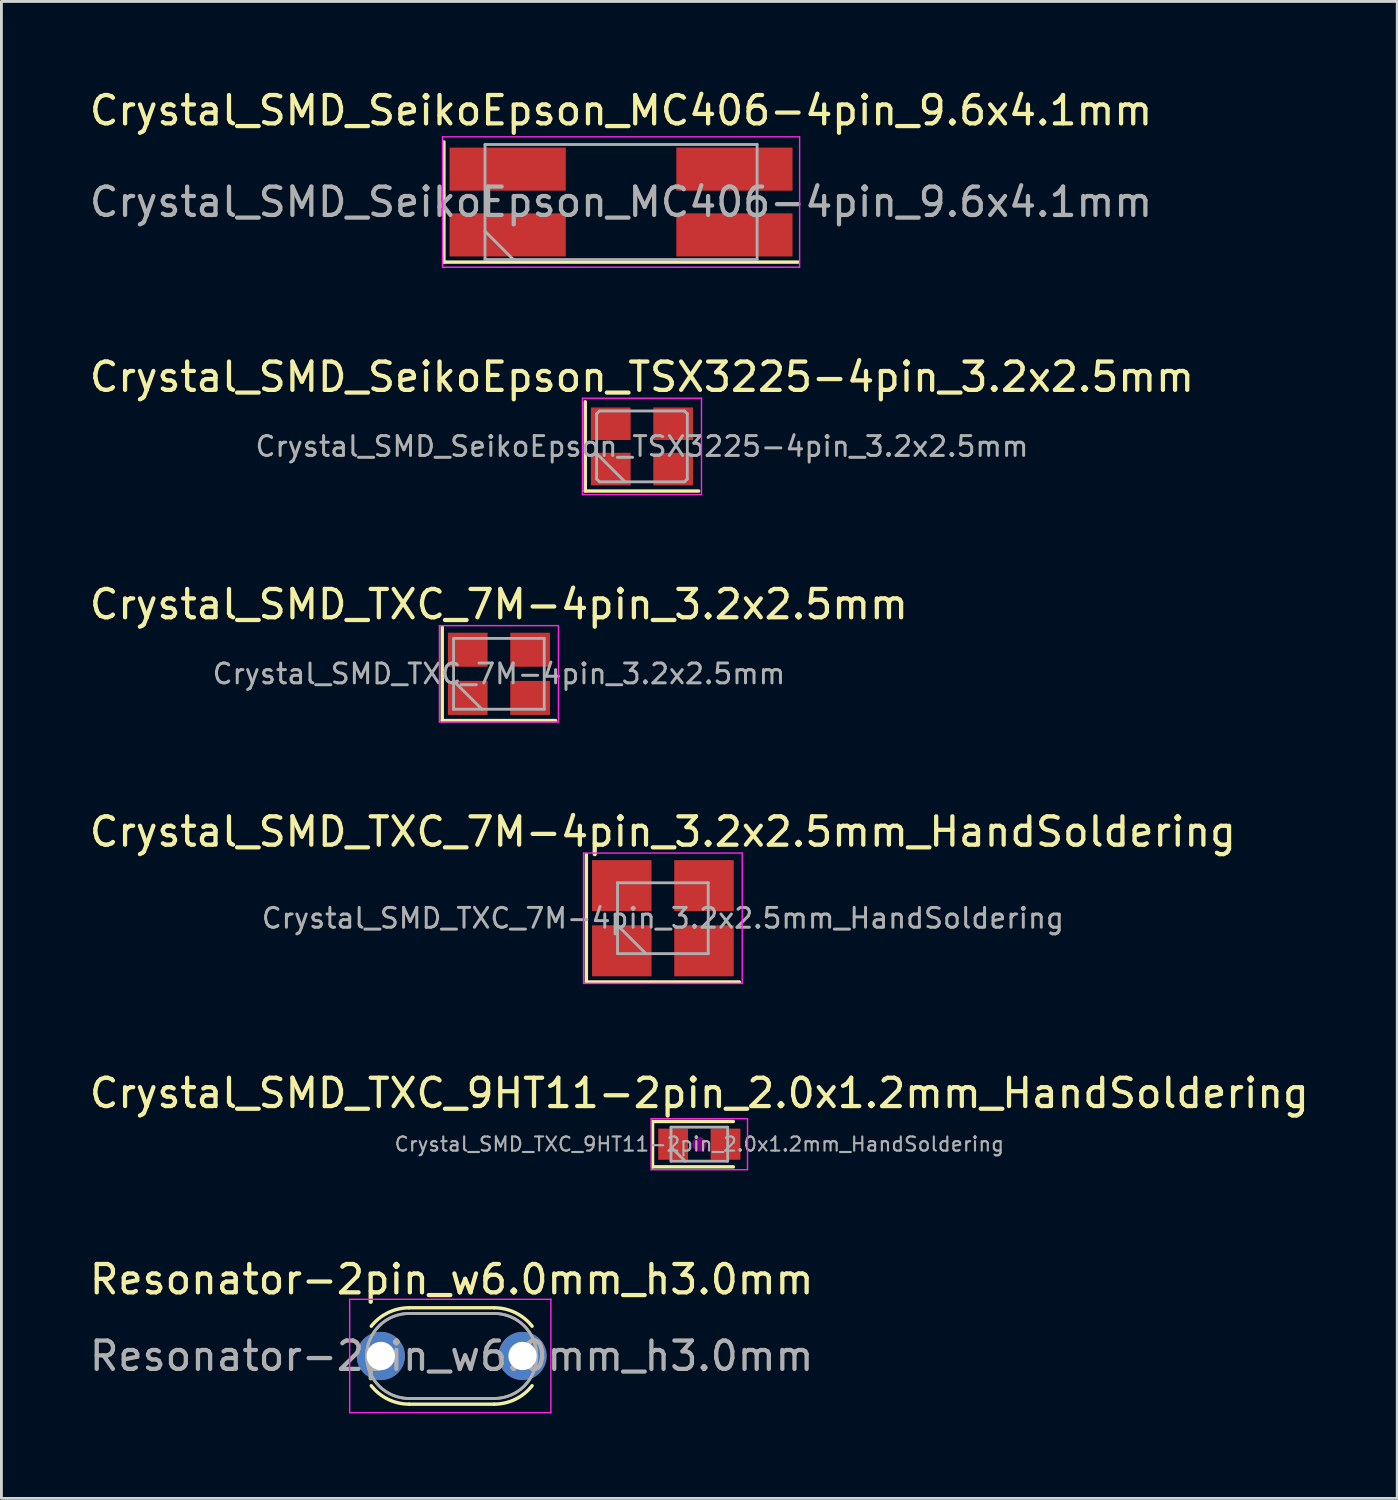
<source format=kicad_pcb>
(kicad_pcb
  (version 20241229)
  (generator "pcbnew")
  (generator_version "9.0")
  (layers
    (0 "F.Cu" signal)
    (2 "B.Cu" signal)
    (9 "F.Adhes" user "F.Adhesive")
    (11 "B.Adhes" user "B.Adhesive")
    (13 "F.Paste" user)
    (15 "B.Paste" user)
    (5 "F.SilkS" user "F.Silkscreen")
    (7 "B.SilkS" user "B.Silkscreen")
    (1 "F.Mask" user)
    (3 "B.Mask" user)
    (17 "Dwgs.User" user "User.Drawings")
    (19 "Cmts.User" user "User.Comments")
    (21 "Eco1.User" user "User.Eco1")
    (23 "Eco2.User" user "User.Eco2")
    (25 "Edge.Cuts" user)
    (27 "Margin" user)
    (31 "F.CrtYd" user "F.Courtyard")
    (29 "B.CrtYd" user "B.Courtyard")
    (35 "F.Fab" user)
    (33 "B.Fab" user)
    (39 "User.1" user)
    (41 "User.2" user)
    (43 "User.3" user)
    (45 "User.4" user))
  (footprint "Crystal_SMD_TXC_7M-4pin_3.2x2.5mm_HandSoldering"
    (layer "F.Cu")
    (at 20.339 29.348)
    (property "Reference" "Crystal_SMD_TXC_7M-4pin_3.2x2.5mm_HandSoldering" (at 0 -3.05 0) (layer "F.SilkS") (effects (font (size 1 1) (thickness 0.15))))
    (attr smd)
    (fp_line (start -2.7 -2.25) (end -2.7 2.25) (stroke (width 0.12) (type solid)) (layer "F.SilkS"))
    (fp_line (start -2.7 2.25) (end 2.7 2.25) (stroke (width 0.12) (type solid)) (layer "F.SilkS"))
    (fp_line (start -2.8 -2.3) (end -2.8 2.3) (stroke (width 0.05) (type solid)) (layer "F.CrtYd"))
    (fp_line (start -2.8 2.3) (end 2.8 2.3) (stroke (width 0.05) (type solid)) (layer "F.CrtYd"))
    (fp_line (start 2.8 -2.3) (end -2.8 -2.3) (stroke (width 0.05) (type solid)) (layer "F.CrtYd"))
    (fp_line (start 2.8 2.3) (end 2.8 -2.3) (stroke (width 0.05) (type solid)) (layer "F.CrtYd"))
    (fp_line (start -1.6 -1.25) (end -1.6 1.25) (stroke (width 0.1) (type solid)) (layer "F.Fab"))
    (fp_line (start -1.6 0.25) (end -0.6 1.25) (stroke (width 0.1) (type solid)) (layer "F.Fab"))
    (fp_line (start -1.6 1.25) (end 1.6 1.25) (stroke (width 0.1) (type solid)) (layer "F.Fab"))
    (fp_line (start 1.6 -1.25) (end -1.6 -1.25) (stroke (width 0.1) (type solid)) (layer "F.Fab"))
    (fp_line (start 1.6 1.25) (end 1.6 -1.25) (stroke (width 0.1) (type solid)) (layer "F.Fab"))
    (fp_text user "${REFERENCE}" (at 0 0 0) (layer "F.Fab") (effects (font (size 0.7 0.7) (thickness 0.105))))
    (pad "1" smd rect (at -1.45 1.15) (size 2.1 1.8) (layers "F.Cu" "F.Mask" "F.Paste"))
    (pad "2" smd rect (at 1.45 1.15) (size 2.1 1.8) (layers "F.Cu" "F.Mask" "F.Paste"))
    (pad "3" smd rect (at 1.45 -1.15) (size 2.1 1.8) (layers "F.Cu" "F.Mask" "F.Paste"))
    (pad "4" smd rect (at -1.45 -1.15) (size 2.1 1.8) (layers "F.Cu" "F.Mask" "F.Paste")))
  (footprint "Resonator-2pin_w6.0mm_h3.0mm"
    (layer "F.Cu")
    (at 10.387 44.794)
    (property "Reference" "Resonator-2pin_w6.0mm_h3.0mm" (at 2.5 -2.7 0) (layer "F.SilkS") (effects (font (size 1 1) (thickness 0.15))))
    (attr through_hole)
    (fp_line (start 1 -1.7) (end 4 -1.7) (stroke (width 0.12) (type solid)) (layer "F.SilkS"))
    (fp_line (start 1 1.7) (end 4 1.7) (stroke (width 0.12) (type solid)) (layer "F.SilkS"))
    (fp_arc (start -0.33779 -1.048961) (mid 0.256102 -1.5286) (end 1 -1.7) (stroke (width 0.12) (type solid)) (layer "F.SilkS"))
    (fp_arc (start 1 1.7) (mid 0.256103 1.5286) (end -0.33779 1.048961) (stroke (width 0.12) (type solid)) (layer "F.SilkS"))
    (fp_arc (start 4 -1.7) (mid 4.743897 -1.5286) (end 5.33779 -1.048961) (stroke (width 0.12) (type solid)) (layer "F.SilkS"))
    (fp_arc (start 5.33779 1.048961) (mid 4.743898 1.5286) (end 4 1.7) (stroke (width 0.12) (type solid)) (layer "F.SilkS"))
    (fp_line (start -1.1 -2) (end -1.1 2) (stroke (width 0.05) (type solid)) (layer "F.CrtYd"))
    (fp_line (start -1.1 2) (end 6 2) (stroke (width 0.05) (type solid)) (layer "F.CrtYd"))
    (fp_line (start 6 -2) (end -1.1 -2) (stroke (width 0.05) (type solid)) (layer "F.CrtYd"))
    (fp_line (start 6 2) (end 6 -2) (stroke (width 0.05) (type solid)) (layer "F.CrtYd"))
    (fp_line (start 1 -1.5) (end 4 -1.5) (stroke (width 0.1) (type solid)) (layer "F.Fab"))
    (fp_line (start 1 -1.5) (end 4 -1.5) (stroke (width 0.1) (type solid)) (layer "F.Fab"))
    (fp_line (start 1 1.5) (end 4 1.5) (stroke (width 0.1) (type solid)) (layer "F.Fab"))
    (fp_line (start 1 1.5) (end 4 1.5) (stroke (width 0.1) (type solid)) (layer "F.Fab"))
    (fp_arc (start 1 1.5) (mid -0.5 0) (end 1 -1.5) (stroke (width 0.1) (type solid)) (layer "F.Fab"))
    (fp_arc (start 1 1.5) (mid -0.5 0) (end 1 -1.5) (stroke (width 0.1) (type solid)) (layer "F.Fab"))
    (fp_arc (start 4 -1.5) (mid 5.5 0) (end 4 1.5) (stroke (width 0.1) (type solid)) (layer "F.Fab"))
    (fp_arc (start 4 -1.5) (mid 5.5 0) (end 4 1.5) (stroke (width 0.1) (type solid)) (layer "F.Fab"))
    (fp_text user "${REFERENCE}" (at 2.5 0 0) (layer "F.Fab") (effects (font (size 1 1) (thickness 0.15))))
    (pad "1" thru_hole circle (at 0 0) (size 1.7 1.7) (drill 1) (layers "*.Cu" "*.Mask"))
    (pad "2" thru_hole circle (at 5 0) (size 1.7 1.7) (drill 1) (layers "*.Cu" "*.Mask")))
  (footprint "Crystal_SMD_TXC_9HT11-2pin_2.0x1.2mm_HandSoldering"
    (layer "F.Cu")
    (at 21.625 37.321)
    (property "Reference" "Crystal_SMD_TXC_9HT11-2pin_2.0x1.2mm_HandSoldering" (at 0 -1.8 0) (layer "F.SilkS") (effects (font (size 1 1) (thickness 0.15))))
    (attr smd)
    (fp_line (start -1.65 -0.8) (end -1.65 0.8) (stroke (width 0.12) (type solid)) (layer "F.SilkS"))
    (fp_line (start -1.65 0.8) (end 1.2 0.8) (stroke (width 0.12) (type solid)) (layer "F.SilkS"))
    (fp_line (start 1.2 -0.8) (end -1.65 -0.8) (stroke (width 0.12) (type solid)) (layer "F.SilkS"))
    (fp_circle (center 0 0) (end 0.047 0) (stroke (width 0.093) (type solid)) (fill no) (layer "F.Adhes"))
    (fp_circle (center 0 0) (end 0.107 0) (stroke (width 0.067) (type solid)) (fill no) (layer "F.Adhes"))
    (fp_circle (center 0 0) (end 0.167 0) (stroke (width 0.067) (type solid)) (fill no) (layer "F.Adhes"))
    (fp_circle (center 0 0) (end 0.2 0) (stroke (width 0.1) (type solid)) (fill no) (layer "F.Adhes"))
    (fp_line (start -1.7 -0.9) (end -1.7 0.9) (stroke (width 0.05) (type solid)) (layer "F.CrtYd"))
    (fp_line (start -1.7 0.9) (end 1.7 0.9) (stroke (width 0.05) (type solid)) (layer "F.CrtYd"))
    (fp_line (start 1.7 -0.9) (end -1.7 -0.9) (stroke (width 0.05) (type solid)) (layer "F.CrtYd"))
    (fp_line (start 1.7 0.9) (end 1.7 -0.9) (stroke (width 0.05) (type solid)) (layer "F.CrtYd"))
    (fp_line (start -1 -0.6) (end -1 0.6) (stroke (width 0.1) (type solid)) (layer "F.Fab"))
    (fp_line (start -1 0.1) (end -0.5 0.6) (stroke (width 0.1) (type solid)) (layer "F.Fab"))
    (fp_line (start -1 0.6) (end 1 0.6) (stroke (width 0.1) (type solid)) (layer "F.Fab"))
    (fp_line (start 1 -0.6) (end -1 -0.6) (stroke (width 0.1) (type solid)) (layer "F.Fab"))
    (fp_line (start 1 0.6) (end 1 -0.6) (stroke (width 0.1) (type solid)) (layer "F.Fab"))
    (fp_text user "${REFERENCE}" (at 0 0 0) (layer "F.Fab") (effects (font (size 0.5 0.5) (thickness 0.075))))
    (pad "1" smd rect (at -0.925 0) (size 1.05 1.1) (layers "F.Cu" "F.Mask" "F.Paste"))
    (pad "2" smd rect (at 0.925 0) (size 1.05 1.1) (layers "F.Cu" "F.Mask" "F.Paste")))
  (footprint "Crystal_SMD_SeikoEpson_MC406-4pin_9.6x4.1mm"
    (layer "F.Cu")
    (at 18.863 4.078)
    (property "Reference" "Crystal_SMD_SeikoEpson_MC406-4pin_9.6x4.1mm" (at 0 -3.23 0) (layer "F.SilkS") (effects (font (size 1 1) (thickness 0.15))))
    (attr smd)
    (fp_line (start -6.25 -2.12) (end -6.25 2.12) (stroke (width 0.12) (type solid)) (layer "F.SilkS"))
    (fp_line (start -6.25 2.12) (end 6.25 2.12) (stroke (width 0.12) (type solid)) (layer "F.SilkS"))
    (fp_line (start -6.3 -2.3) (end -6.3 2.3) (stroke (width 0.05) (type solid)) (layer "F.CrtYd"))
    (fp_line (start -6.3 2.3) (end 6.3 2.3) (stroke (width 0.05) (type solid)) (layer "F.CrtYd"))
    (fp_line (start 6.3 -2.3) (end -6.3 -2.3) (stroke (width 0.05) (type solid)) (layer "F.CrtYd"))
    (fp_line (start 6.3 2.3) (end 6.3 -2.3) (stroke (width 0.05) (type solid)) (layer "F.CrtYd"))
    (fp_line (start -4.8 -2.03) (end -4.8 2.03) (stroke (width 0.1) (type solid)) (layer "F.Fab"))
    (fp_line (start -4.8 1.03) (end -3.8 2.03) (stroke (width 0.1) (type solid)) (layer "F.Fab"))
    (fp_line (start -4.8 2.03) (end 4.8 2.03) (stroke (width 0.1) (type solid)) (layer "F.Fab"))
    (fp_line (start 4.8 -2.03) (end -4.8 -2.03) (stroke (width 0.1) (type solid)) (layer "F.Fab"))
    (fp_line (start 4.8 2.03) (end 4.8 -2.03) (stroke (width 0.1) (type solid)) (layer "F.Fab"))
    (fp_text user "${REFERENCE}" (at 0 0 0) (layer "F.Fab") (effects (font (size 1 1) (thickness 0.15))))
    (pad "1" smd rect (at -4 1.16) (size 4.1 1.52) (layers "F.Cu" "F.Mask" "F.Paste"))
    (pad "2" smd rect (at 4 1.16) (size 4.1 1.52) (layers "F.Cu" "F.Mask" "F.Paste"))
    (pad "3" smd rect (at 4 -1.16) (size 4.1 1.52) (layers "F.Cu" "F.Mask" "F.Paste"))
    (pad "4" smd rect (at -4 -1.16) (size 4.1 1.52) (layers "F.Cu" "F.Mask" "F.Paste")))
  (footprint "Crystal_SMD_SeikoEpson_TSX3225-4pin_3.2x2.5mm"
    (layer "F.Cu")
    (at 19.601 12.701)
    (property "Reference" "Crystal_SMD_SeikoEpson_TSX3225-4pin_3.2x2.5mm" (at 0 -2.45 0) (layer "F.SilkS") (effects (font (size 1 1) (thickness 0.15))))
    (attr smd)
    (fp_line (start -2 -1.575) (end -2 1.575) (stroke (width 0.12) (type solid)) (layer "F.SilkS"))
    (fp_line (start -2 1.575) (end 2 1.575) (stroke (width 0.12) (type solid)) (layer "F.SilkS"))
    (fp_line (start -2.1 -1.7) (end -2.1 1.7) (stroke (width 0.05) (type solid)) (layer "F.CrtYd"))
    (fp_line (start -2.1 1.7) (end 2.1 1.7) (stroke (width 0.05) (type solid)) (layer "F.CrtYd"))
    (fp_line (start 2.1 -1.7) (end -2.1 -1.7) (stroke (width 0.05) (type solid)) (layer "F.CrtYd"))
    (fp_line (start 2.1 1.7) (end 2.1 -1.7) (stroke (width 0.05) (type solid)) (layer "F.CrtYd"))
    (fp_line (start -1.6 -1.15) (end -1.5 -1.25) (stroke (width 0.1) (type solid)) (layer "F.Fab"))
    (fp_line (start -1.6 0.25) (end -0.6 1.25) (stroke (width 0.1) (type solid)) (layer "F.Fab"))
    (fp_line (start -1.6 1.15) (end -1.6 -1.15) (stroke (width 0.1) (type solid)) (layer "F.Fab"))
    (fp_line (start -1.5 -1.25) (end 1.5 -1.25) (stroke (width 0.1) (type solid)) (layer "F.Fab"))
    (fp_line (start -1.5 1.25) (end -1.6 1.15) (stroke (width 0.1) (type solid)) (layer "F.Fab"))
    (fp_line (start 1.5 -1.25) (end 1.6 -1.15) (stroke (width 0.1) (type solid)) (layer "F.Fab"))
    (fp_line (start 1.5 1.25) (end -1.5 1.25) (stroke (width 0.1) (type solid)) (layer "F.Fab"))
    (fp_line (start 1.6 -1.15) (end 1.6 1.15) (stroke (width 0.1) (type solid)) (layer "F.Fab"))
    (fp_line (start 1.6 1.15) (end 1.5 1.25) (stroke (width 0.1) (type solid)) (layer "F.Fab"))
    (fp_text user "${REFERENCE}" (at 0 0 0) (layer "F.Fab") (effects (font (size 0.7 0.7) (thickness 0.105))))
    (pad "1" smd rect (at -1.1 0.8) (size 1.4 1.15) (layers "F.Cu" "F.Mask" "F.Paste"))
    (pad "2" smd rect (at 1.1 0.8) (size 1.4 1.15) (layers "F.Cu" "F.Mask" "F.Paste"))
    (pad "3" smd rect (at 1.1 -0.8) (size 1.4 1.15) (layers "F.Cu" "F.Mask" "F.Paste"))
    (pad "4" smd rect (at -1.1 -0.8) (size 1.4 1.15) (layers "F.Cu" "F.Mask" "F.Paste")))
  (footprint "Crystal_SMD_TXC_7M-4pin_3.2x2.5mm"
    (layer "F.Cu")
    (at 14.554 20.725)
    (property "Reference" "Crystal_SMD_TXC_7M-4pin_3.2x2.5mm" (at 0 -2.45 0) (layer "F.SilkS") (effects (font (size 1 1) (thickness 0.15))))
    (attr smd)
    (fp_line (start -2 -1.65) (end -2 1.65) (stroke (width 0.12) (type solid)) (layer "F.SilkS"))
    (fp_line (start -2 1.65) (end 2 1.65) (stroke (width 0.12) (type solid)) (layer "F.SilkS"))
    (fp_line (start -2.1 -1.7) (end -2.1 1.7) (stroke (width 0.05) (type solid)) (layer "F.CrtYd"))
    (fp_line (start -2.1 1.7) (end 2.1 1.7) (stroke (width 0.05) (type solid)) (layer "F.CrtYd"))
    (fp_line (start 2.1 -1.7) (end -2.1 -1.7) (stroke (width 0.05) (type solid)) (layer "F.CrtYd"))
    (fp_line (start 2.1 1.7) (end 2.1 -1.7) (stroke (width 0.05) (type solid)) (layer "F.CrtYd"))
    (fp_line (start -1.6 -1.25) (end -1.6 1.25) (stroke (width 0.1) (type solid)) (layer "F.Fab"))
    (fp_line (start -1.6 0.25) (end -0.6 1.25) (stroke (width 0.1) (type solid)) (layer "F.Fab"))
    (fp_line (start -1.6 1.25) (end 1.6 1.25) (stroke (width 0.1) (type solid)) (layer "F.Fab"))
    (fp_line (start 1.6 -1.25) (end -1.6 -1.25) (stroke (width 0.1) (type solid)) (layer "F.Fab"))
    (fp_line (start 1.6 1.25) (end 1.6 -1.25) (stroke (width 0.1) (type solid)) (layer "F.Fab"))
    (fp_text user "${REFERENCE}" (at 0 0 0) (layer "F.Fab") (effects (font (size 0.7 0.7) (thickness 0.105))))
    (pad "1" smd rect (at -1.1 0.85) (size 1.4 1.2) (layers "F.Cu" "F.Mask" "F.Paste"))
    (pad "2" smd rect (at 1.1 0.85) (size 1.4 1.2) (layers "F.Cu" "F.Mask" "F.Paste"))
    (pad "3" smd rect (at 1.1 -0.85) (size 1.4 1.2) (layers "F.Cu" "F.Mask" "F.Paste"))
    (pad "4" smd rect (at -1.1 -0.85) (size 1.4 1.2) (layers "F.Cu" "F.Mask" "F.Paste")))
  (gr_rect
    (start -3 -3)
    (end 46.25 49.819)
    (stroke (width 0.1) (type default))
    (fill no)
    (layer "Edge.Cuts")))
</source>
